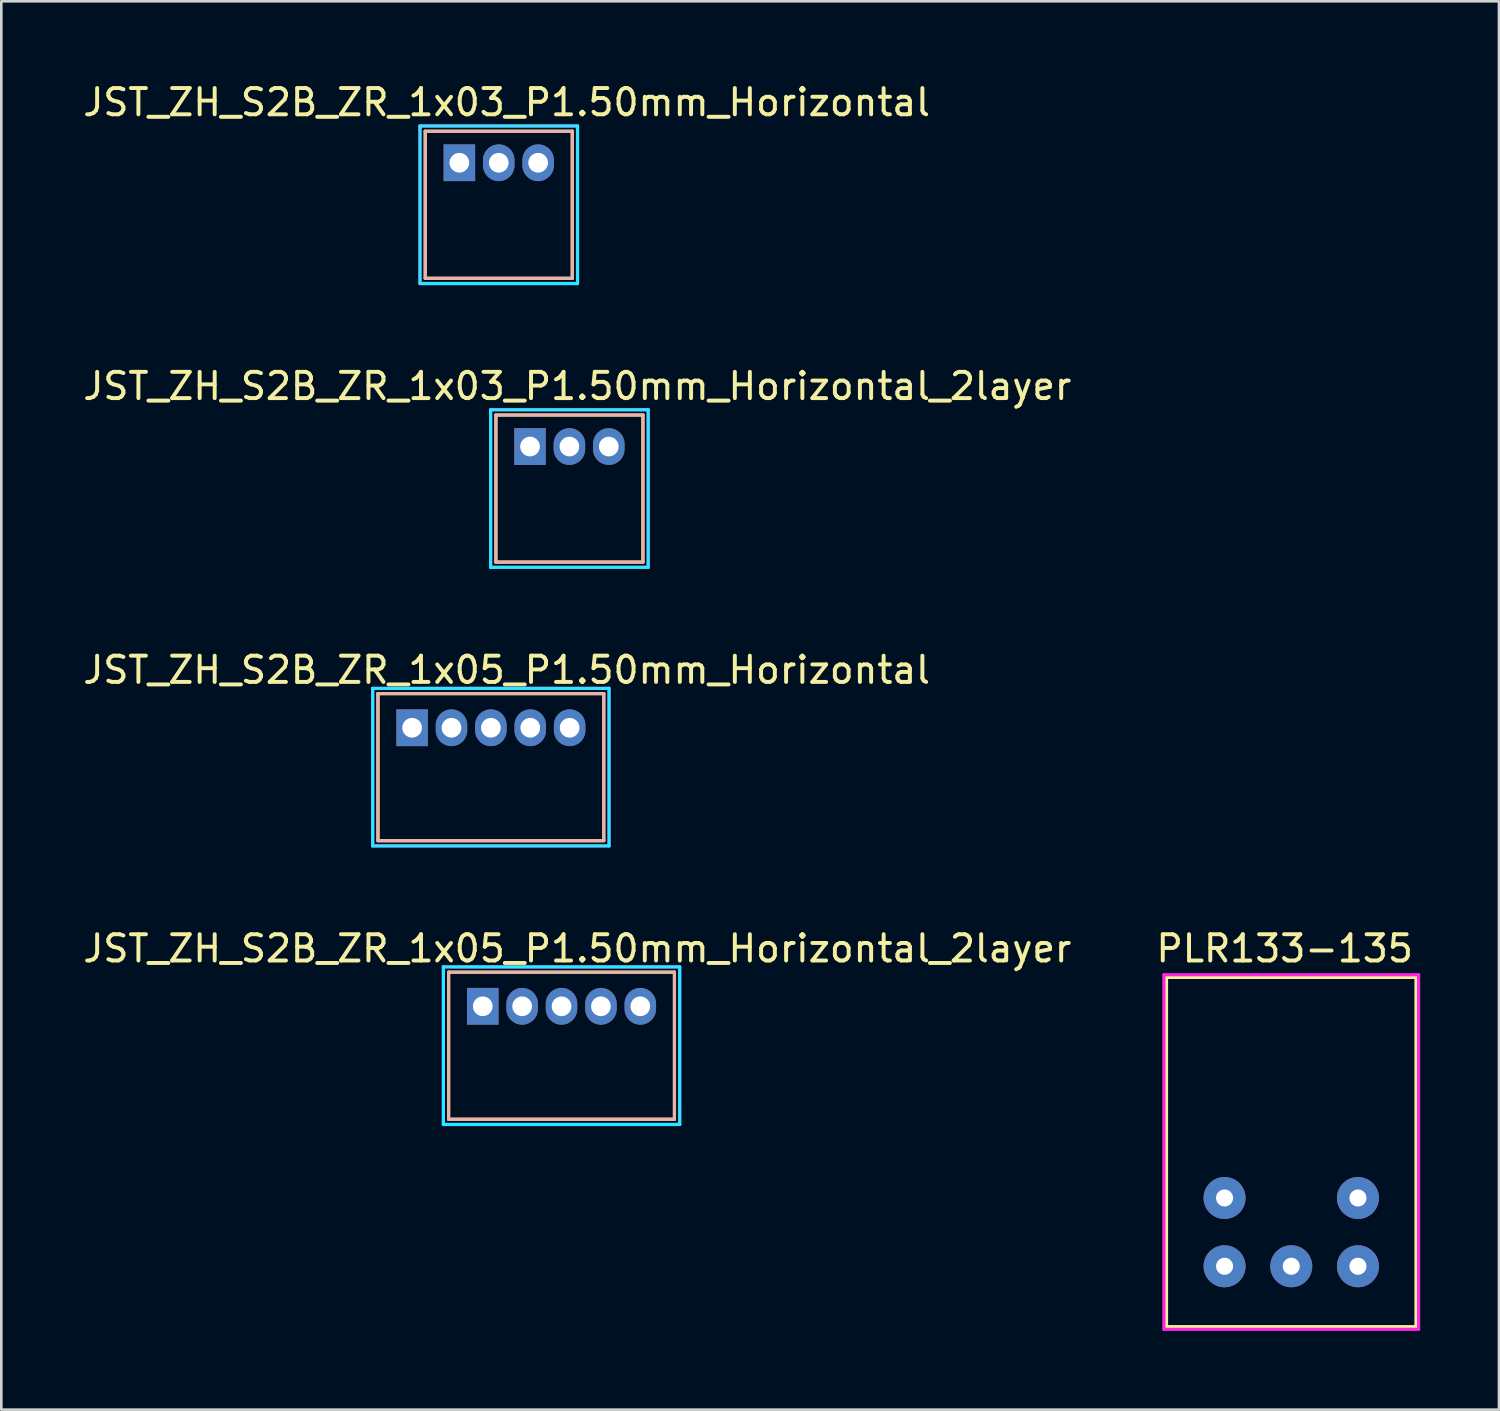
<source format=kicad_pcb>
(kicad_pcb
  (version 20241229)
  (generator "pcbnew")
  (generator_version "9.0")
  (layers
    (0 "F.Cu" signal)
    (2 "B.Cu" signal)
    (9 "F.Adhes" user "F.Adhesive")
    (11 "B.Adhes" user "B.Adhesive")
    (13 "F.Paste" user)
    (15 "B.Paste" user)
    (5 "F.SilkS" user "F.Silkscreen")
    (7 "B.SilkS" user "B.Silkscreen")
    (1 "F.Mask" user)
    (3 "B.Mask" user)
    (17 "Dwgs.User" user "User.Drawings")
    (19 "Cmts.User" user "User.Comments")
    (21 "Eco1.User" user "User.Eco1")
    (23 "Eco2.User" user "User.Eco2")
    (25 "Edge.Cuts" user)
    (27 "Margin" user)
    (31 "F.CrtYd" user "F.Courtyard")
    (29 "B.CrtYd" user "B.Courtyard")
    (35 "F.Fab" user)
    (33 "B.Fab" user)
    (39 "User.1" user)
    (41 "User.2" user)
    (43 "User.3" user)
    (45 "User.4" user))
  (footprint "JST_ZH_S2B_ZR_1x05_P1.50mm_Horizontal_2layer"
    (layer "F.Cu")
    (at 13.835 33.773)
    (property "Reference" "JST_ZH_S2B_ZR_1x05_P1.50mm_Horizontal_2layer" (at 5.1 -0.7 0) (layer "F.SilkS") (effects (font (size 1 1) (thickness 0.15))))
    (attr through_hole)
    (fp_line (start 0.2 0.2) (end 0.2 5.8) (stroke (width 0.12) (type solid)) (layer "F.SilkS"))
    (fp_line (start 0.2 5.8) (end 8.8 5.8) (stroke (width 0.12) (type solid)) (layer "F.SilkS"))
    (fp_line (start 8.8 0.2) (end 0.2 0.2) (stroke (width 0.12) (type solid)) (layer "F.SilkS"))
    (fp_line (start 8.8 5.8) (end 8.8 0.2) (stroke (width 0.12) (type solid)) (layer "F.SilkS"))
    (fp_line (start 0.2 0.2) (end 0.2 5.8) (stroke (width 0.12) (type solid)) (layer "B.SilkS"))
    (fp_line (start 0.2 5.8) (end 8.8 5.8) (stroke (width 0.12) (type solid)) (layer "B.SilkS"))
    (fp_line (start 8.8 0.2) (end 0.2 0.2) (stroke (width 0.12) (type solid)) (layer "B.SilkS"))
    (fp_line (start 8.8 5.8) (end 8.8 0.2) (stroke (width 0.12) (type solid)) (layer "B.SilkS"))
    (fp_line (start 0 0) (end 9 0) (stroke (width 0.12) (type solid)) (layer "B.CrtYd"))
    (fp_line (start 0 6) (end 0 0) (stroke (width 0.12) (type solid)) (layer "B.CrtYd"))
    (fp_line (start 9 0) (end 9 6) (stroke (width 0.12) (type solid)) (layer "B.CrtYd"))
    (fp_line (start 9 6) (end 0 6) (stroke (width 0.12) (type solid)) (layer "B.CrtYd"))
    (fp_line (start 0 0) (end 9 0) (stroke (width 0.12) (type solid)) (layer "F.CrtYd"))
    (fp_line (start 0 6) (end 0 0) (stroke (width 0.12) (type solid)) (layer "F.CrtYd"))
    (fp_line (start 9 0) (end 9 6) (stroke (width 0.12) (type solid)) (layer "F.CrtYd"))
    (fp_line (start 9 6) (end 0 6) (stroke (width 0.12) (type solid)) (layer "F.CrtYd"))
    (pad "1" thru_hole rect (at 1.5 1.5) (size 1.2 1.4) (drill 0.75) (layers "*.Cu" "*.Mask"))
    (pad "2" thru_hole oval (at 3 1.5) (size 1.2 1.4) (drill 0.75) (layers "*.Cu" "*.Mask"))
    (pad "3" thru_hole oval (at 4.5 1.5) (size 1.2 1.4) (drill 0.75) (layers "*.Cu" "*.Mask"))
    (pad "4" thru_hole oval (at 6 1.5) (size 1.2 1.4) (drill 0.75) (layers "*.Cu" "*.Mask"))
    (pad "5" thru_hole oval (at 7.5 1.5) (size 1.2 1.4) (drill 0.75) (layers "*.Cu" "*.Mask")))
  (footprint "JST_ZH_S2B_ZR_1x03_P1.50mm_Horizontal_2layer"
    (layer "F.Cu")
    (at 15.635 12.556)
    (property "Reference" "JST_ZH_S2B_ZR_1x03_P1.50mm_Horizontal_2layer" (at 3.3 -0.9 0) (layer "F.SilkS") (effects (font (size 1 1) (thickness 0.15))))
    (attr through_hole)
    (fp_line (start 0.2 0.2) (end 0.2 5.8) (stroke (width 0.12) (type solid)) (layer "F.SilkS"))
    (fp_line (start 0.2 5.8) (end 5.8 5.8) (stroke (width 0.12) (type solid)) (layer "F.SilkS"))
    (fp_line (start 5.8 0.2) (end 0.2 0.2) (stroke (width 0.12) (type solid)) (layer "F.SilkS"))
    (fp_line (start 5.8 5.8) (end 5.8 0.2) (stroke (width 0.12) (type solid)) (layer "F.SilkS"))
    (fp_line (start 0.2 0.2) (end 0.2 5.8) (stroke (width 0.12) (type solid)) (layer "B.SilkS"))
    (fp_line (start 0.2 5.8) (end 5.8 5.8) (stroke (width 0.12) (type solid)) (layer "B.SilkS"))
    (fp_line (start 5.8 0.2) (end 0.2 0.2) (stroke (width 0.12) (type solid)) (layer "B.SilkS"))
    (fp_line (start 5.8 5.8) (end 5.8 0.2) (stroke (width 0.12) (type solid)) (layer "B.SilkS"))
    (fp_line (start 0 0) (end 6 0) (stroke (width 0.12) (type solid)) (layer "B.CrtYd"))
    (fp_line (start 0 6) (end 0 0) (stroke (width 0.12) (type solid)) (layer "B.CrtYd"))
    (fp_line (start 6 0) (end 6 6) (stroke (width 0.12) (type solid)) (layer "B.CrtYd"))
    (fp_line (start 6 6) (end 0 6) (stroke (width 0.12) (type solid)) (layer "B.CrtYd"))
    (fp_line (start 0 0) (end 6 0) (stroke (width 0.12) (type solid)) (layer "F.CrtYd"))
    (fp_line (start 0 6) (end 0 0) (stroke (width 0.12) (type solid)) (layer "F.CrtYd"))
    (fp_line (start 6 0) (end 6 6) (stroke (width 0.12) (type solid)) (layer "F.CrtYd"))
    (fp_line (start 6 6) (end 0 6) (stroke (width 0.12) (type solid)) (layer "F.CrtYd"))
    (pad "1" thru_hole rect (at 1.5 1.4) (size 1.2 1.4) (drill 0.75) (layers "*.Cu" "*.Mask"))
    (pad "2" thru_hole oval (at 3 1.4) (size 1.2 1.4) (drill 0.75) (layers "*.Cu" "*.Mask"))
    (pad "3" thru_hole oval (at 4.5 1.4) (size 1.2 1.4) (drill 0.75) (layers "*.Cu" "*.Mask")))
  (footprint "PLR133-135"
    (layer "F.Cu")
    (at 41.275 34.073)
    (property "Reference" "PLR133-135" (at 4.6 -1 0) (layer "F.SilkS") (effects (font (size 1 1) (thickness 0.15))))
    (attr through_hole)
    (fp_line (start 0.1 0.1) (end 0.1 13.4) (stroke (width 0.12) (type solid)) (layer "F.SilkS"))
    (fp_line (start 0.1 0.1) (end 9.6 0.1) (stroke (width 0.12) (type solid)) (layer "F.SilkS"))
    (fp_line (start 0.1 13.4) (end 9.6 13.4) (stroke (width 0.12) (type solid)) (layer "F.SilkS"))
    (fp_line (start 9.6 13.4) (end 9.6 0.1) (stroke (width 0.12) (type solid)) (layer "F.SilkS"))
    (fp_line (start 0 0) (end 9.7 0) (stroke (width 0.12) (type solid)) (layer "F.CrtYd"))
    (fp_line (start 0 13.5) (end 0 0) (stroke (width 0.12) (type solid)) (layer "F.CrtYd"))
    (fp_line (start 9.7 0) (end 9.7 13.5) (stroke (width 0.12) (type solid)) (layer "F.CrtYd"))
    (fp_line (start 9.7 13.5) (end 0 13.5) (stroke (width 0.12) (type solid)) (layer "F.CrtYd"))
    (pad "" thru_hole circle (at 2.31 8.5) (size 1.6 1.6) (drill 0.65) (layers "*.Cu" "*.Mask"))
    (pad "" thru_hole circle (at 7.39 8.5) (size 1.6 1.6) (drill 0.65) (layers "*.Cu" "*.Mask"))
    (pad "1" thru_hole circle (at 7.39 11.1) (size 1.6 1.6) (drill 0.65) (layers "*.Cu" "*.Mask"))
    (pad "2" thru_hole circle (at 4.85 11.1) (size 1.6 1.6) (drill 0.65) (layers "*.Cu" "*.Mask"))
    (pad "3" thru_hole circle (at 2.31 11.1) (size 1.6 1.6) (drill 0.65) (layers "*.Cu" "*.Mask")))
  (footprint "JST_ZH_S2B_ZR_1x05_P1.50mm_Horizontal"
    (layer "F.Cu")
    (at 11.144 23.165)
    (property "Reference" "JST_ZH_S2B_ZR_1x05_P1.50mm_Horizontal" (at 5.1 -0.7 0) (layer "F.SilkS") (effects (font (size 1 1) (thickness 0.15))))
    (attr through_hole)
    (fp_line (start 0.2 0.2) (end 0.2 5.8) (stroke (width 0.12) (type solid)) (layer "F.SilkS"))
    (fp_line (start 0.2 5.8) (end 8.8 5.8) (stroke (width 0.12) (type solid)) (layer "F.SilkS"))
    (fp_line (start 8.8 0.2) (end 0.2 0.2) (stroke (width 0.12) (type solid)) (layer "F.SilkS"))
    (fp_line (start 8.8 5.8) (end 8.8 0.2) (stroke (width 0.12) (type solid)) (layer "F.SilkS"))
    (fp_line (start 0.2 0.2) (end 0.2 5.8) (stroke (width 0.12) (type solid)) (layer "B.SilkS"))
    (fp_line (start 0.2 5.8) (end 8.8 5.8) (stroke (width 0.12) (type solid)) (layer "B.SilkS"))
    (fp_line (start 8.8 0.2) (end 0.2 0.2) (stroke (width 0.12) (type solid)) (layer "B.SilkS"))
    (fp_line (start 8.8 5.8) (end 8.8 0.2) (stroke (width 0.12) (type solid)) (layer "B.SilkS"))
    (fp_line (start 0 0) (end 9 0) (stroke (width 0.12) (type solid)) (layer "B.CrtYd"))
    (fp_line (start 0 6) (end 0 0) (stroke (width 0.12) (type solid)) (layer "B.CrtYd"))
    (fp_line (start 9 0) (end 9 6) (stroke (width 0.12) (type solid)) (layer "B.CrtYd"))
    (fp_line (start 9 6) (end 0 6) (stroke (width 0.12) (type solid)) (layer "B.CrtYd"))
    (fp_line (start 0 0) (end 9 0) (stroke (width 0.12) (type solid)) (layer "F.CrtYd"))
    (fp_line (start 0 6) (end 0 0) (stroke (width 0.12) (type solid)) (layer "F.CrtYd"))
    (fp_line (start 9 0) (end 9 6) (stroke (width 0.12) (type solid)) (layer "F.CrtYd"))
    (fp_line (start 9 6) (end 0 6) (stroke (width 0.12) (type solid)) (layer "F.CrtYd"))
    (pad "1" thru_hole rect (at 1.5 1.5) (size 1.2 1.4) (drill 0.75) (layers "B.Cu" "B.Mask"))
    (pad "2" thru_hole oval (at 3 1.5) (size 1.2 1.4) (drill 0.75) (layers "B.Cu" "B.Mask"))
    (pad "3" thru_hole oval (at 4.5 1.5) (size 1.2 1.4) (drill 0.75) (layers "B.Cu" "B.Mask"))
    (pad "4" thru_hole oval (at 6 1.5) (size 1.2 1.4) (drill 0.75) (layers "B.Cu" "B.Mask"))
    (pad "5" thru_hole oval (at 7.5 1.5) (size 1.2 1.4) (drill 0.75) (layers "B.Cu" "B.Mask")))
  (footprint "JST_ZH_S2B_ZR_1x03_P1.50mm_Horizontal"
    (layer "F.Cu")
    (at 12.944 1.748)
    (property "Reference" "JST_ZH_S2B_ZR_1x03_P1.50mm_Horizontal" (at 3.3 -0.9 0) (layer "F.SilkS") (effects (font (size 1 1) (thickness 0.15))))
    (attr through_hole)
    (fp_line (start 0.2 0.2) (end 0.2 5.8) (stroke (width 0.12) (type solid)) (layer "F.SilkS"))
    (fp_line (start 0.2 5.8) (end 5.8 5.8) (stroke (width 0.12) (type solid)) (layer "F.SilkS"))
    (fp_line (start 5.8 0.2) (end 0.2 0.2) (stroke (width 0.12) (type solid)) (layer "F.SilkS"))
    (fp_line (start 5.8 5.8) (end 5.8 0.2) (stroke (width 0.12) (type solid)) (layer "F.SilkS"))
    (fp_line (start 0.2 0.2) (end 0.2 5.8) (stroke (width 0.12) (type solid)) (layer "B.SilkS"))
    (fp_line (start 0.2 5.8) (end 5.8 5.8) (stroke (width 0.12) (type solid)) (layer "B.SilkS"))
    (fp_line (start 5.8 0.2) (end 0.2 0.2) (stroke (width 0.12) (type solid)) (layer "B.SilkS"))
    (fp_line (start 5.8 5.8) (end 5.8 0.2) (stroke (width 0.12) (type solid)) (layer "B.SilkS"))
    (fp_line (start 0 0) (end 6 0) (stroke (width 0.12) (type solid)) (layer "B.CrtYd"))
    (fp_line (start 0 6) (end 0 0) (stroke (width 0.12) (type solid)) (layer "B.CrtYd"))
    (fp_line (start 6 0) (end 6 6) (stroke (width 0.12) (type solid)) (layer "B.CrtYd"))
    (fp_line (start 6 6) (end 0 6) (stroke (width 0.12) (type solid)) (layer "B.CrtYd"))
    (fp_line (start 0 0) (end 6 0) (stroke (width 0.12) (type solid)) (layer "F.CrtYd"))
    (fp_line (start 0 6) (end 0 0) (stroke (width 0.12) (type solid)) (layer "F.CrtYd"))
    (fp_line (start 6 0) (end 6 6) (stroke (width 0.12) (type solid)) (layer "F.CrtYd"))
    (fp_line (start 6 6) (end 0 6) (stroke (width 0.12) (type solid)) (layer "F.CrtYd"))
    (pad "1" thru_hole rect (at 1.5 1.4) (size 1.2 1.4) (drill 0.75) (layers "B.Cu" "B.Mask"))
    (pad "2" thru_hole oval (at 3 1.4) (size 1.2 1.4) (drill 0.75) (layers "B.Cu" "B.Mask"))
    (pad "3" thru_hole oval (at 4.5 1.4) (size 1.2 1.4) (drill 0.75) (layers "B.Cu" "B.Mask")))
  (gr_rect
    (start -3 -3)
    (end 54.035 50.633)
    (stroke (width 0.1) (type default))
    (fill no)
    (layer "Edge.Cuts")))
</source>
